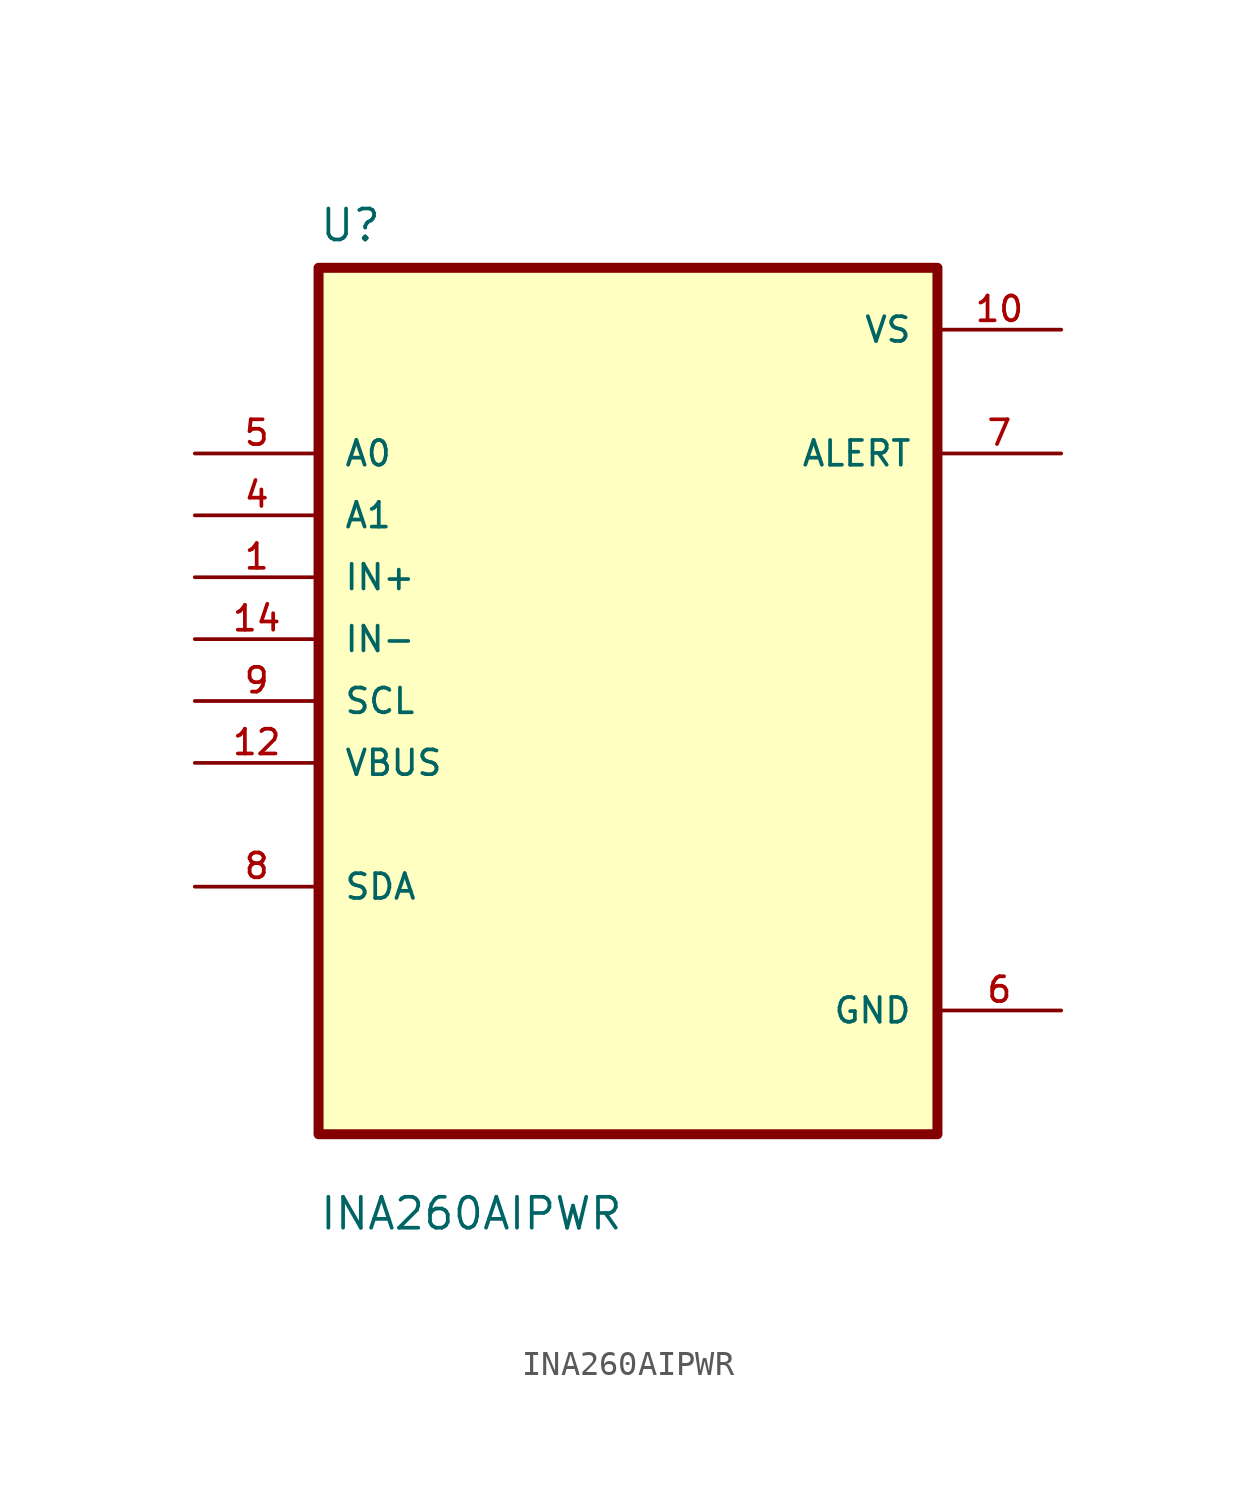
<source format=kicad_sym>
(kicad_symbol_lib
  (version 20211014)
  (generator kicad_symbol_editor)
  (symbol "INA260AIPWR"
    (pin_names
      (offset 1.016))
    (property "Reference" "U"
      (at -12.7 18.78 0.0)
      (effects (font (size 1.27 1.27)) (justify bottom left)))
    (property "Value" "INA260AIPWR"
      (at -12.7 -21.78 0.0)
      (effects (font (size 1.27 1.27)) (justify bottom left)))
    (symbol "INA260AIPWR_0_0"
      (rectangle (start -12.7 -17.78) (end 12.7 17.78) (stroke (width 0.41)) (fill (type background)))
      (pin input line (at -17.78 10.16 0) (length 5.08) (name "A0" (effects (font (size 1.016 1.016)))) (number "5" (effects (font (size 1.016 1.016)))))
      (pin input line (at -17.78 7.62 0) (length 5.08) (name "A1" (effects (font (size 1.016 1.016)))) (number "4" (effects (font (size 1.016 1.016)))))
      (pin input line (at -17.78 5.08 0) (length 5.08) (name "IN+" (effects (font (size 1.016 1.016)))) (number "1" (effects (font (size 1.016 1.016)))))
      (pin input line (at -17.78 5.08 0) (length 5.08) hide (name "IN+" (effects (font (size 1.016 1.016)))) (number "2" (effects (font (size 1.016 1.016)))))
      (pin input line (at -17.78 5.08 0) (length 5.08) hide (name "IN+" (effects (font (size 1.016 1.016)))) (number "3" (effects (font (size 1.016 1.016)))))
      (pin input line (at -17.78 2.54 0) (length 5.08) (name "IN-" (effects (font (size 1.016 1.016)))) (number "14" (effects (font (size 1.016 1.016)))))
      (pin input line (at -17.78 2.54 0) (length 5.08) hide (name "IN-" (effects (font (size 1.016 1.016)))) (number "15" (effects (font (size 1.016 1.016)))))
      (pin input line (at -17.78 2.54 0) (length 5.08) hide (name "IN-" (effects (font (size 1.016 1.016)))) (number "16" (effects (font (size 1.016 1.016)))))
      (pin input line (at -17.78 0.0 0) (length 5.08) (name "SCL" (effects (font (size 1.016 1.016)))) (number "9" (effects (font (size 1.016 1.016)))))
      (pin input line (at -17.78 -2.54 0) (length 5.08) (name "VBUS" (effects (font (size 1.016 1.016)))) (number "12" (effects (font (size 1.016 1.016)))))
      (pin bidirectional line (at -17.78 -7.62 0) (length 5.08) (name "SDA" (effects (font (size 1.016 1.016)))) (number "8" (effects (font (size 1.016 1.016)))))
      (pin power_in line (at 17.78 15.24 180.0) (length 5.08) (name "VS" (effects (font (size 1.016 1.016)))) (number "10" (effects (font (size 1.016 1.016)))))
      (pin output line (at 17.78 10.16 180.0) (length 5.08) (name "ALERT" (effects (font (size 1.016 1.016)))) (number "7" (effects (font (size 1.016 1.016)))))
      (pin power_in line (at 17.78 -12.7 180.0) (length 5.08) (name "GND" (effects (font (size 1.016 1.016)))) (number "6" (effects (font (size 1.016 1.016)))))
      (pin power_in line (at 17.78 -12.7 180.0) (length 5.08) hide (name "GND" (effects (font (size 1.016 1.016)))) (number "11" (effects (font (size 1.016 1.016))))))))
</source>
